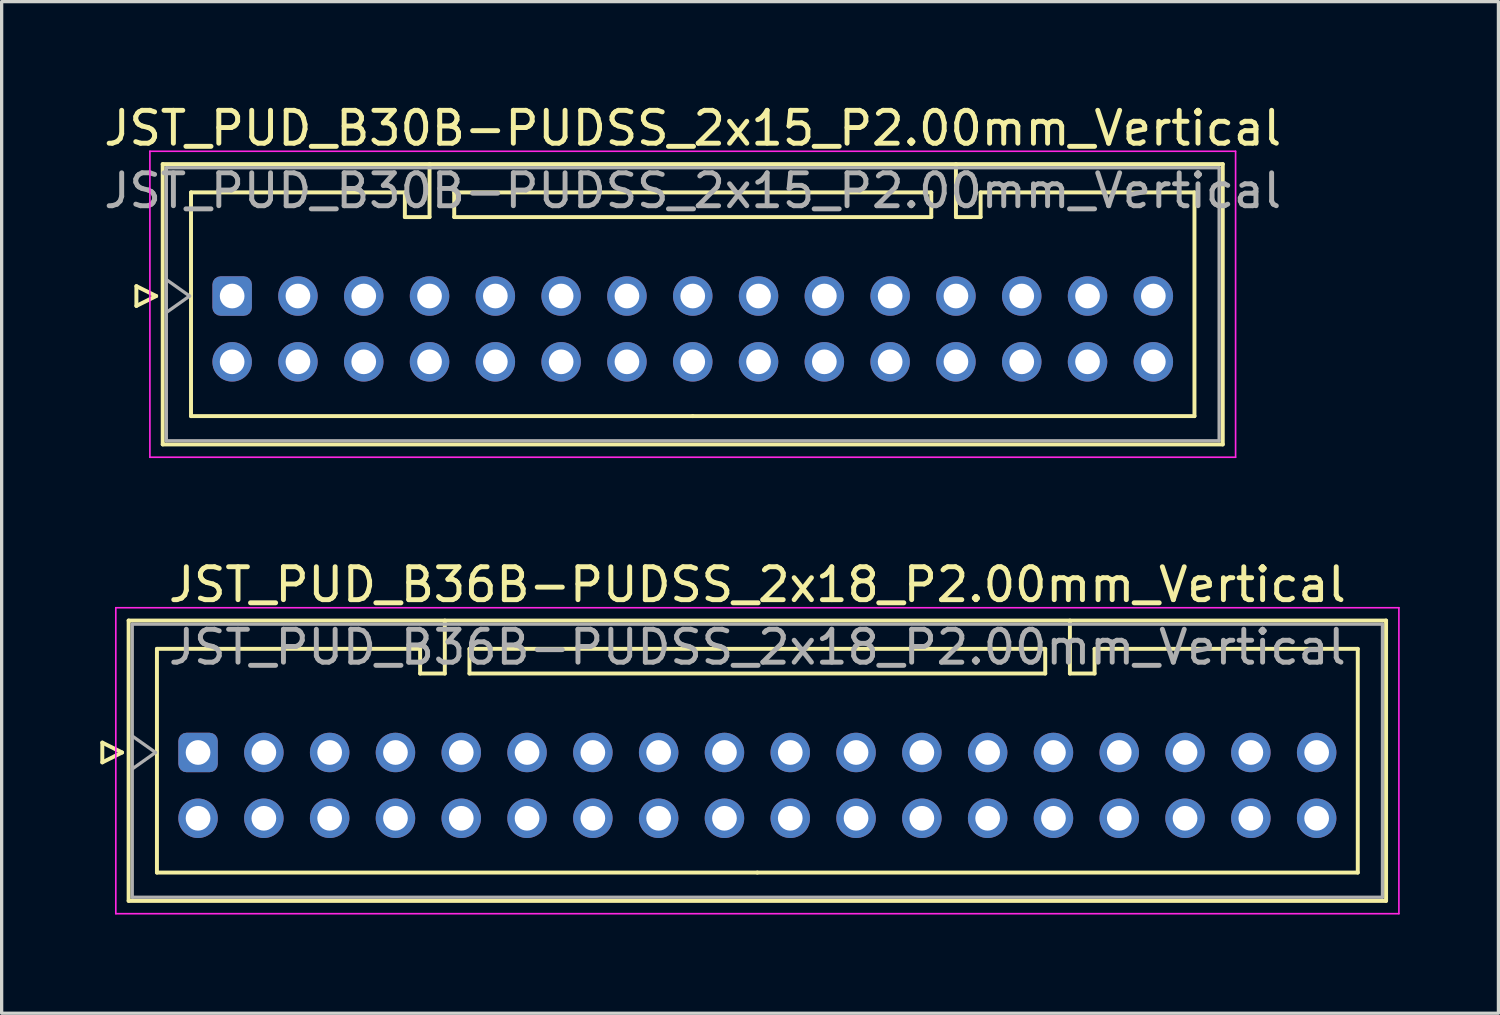
<source format=kicad_pcb>
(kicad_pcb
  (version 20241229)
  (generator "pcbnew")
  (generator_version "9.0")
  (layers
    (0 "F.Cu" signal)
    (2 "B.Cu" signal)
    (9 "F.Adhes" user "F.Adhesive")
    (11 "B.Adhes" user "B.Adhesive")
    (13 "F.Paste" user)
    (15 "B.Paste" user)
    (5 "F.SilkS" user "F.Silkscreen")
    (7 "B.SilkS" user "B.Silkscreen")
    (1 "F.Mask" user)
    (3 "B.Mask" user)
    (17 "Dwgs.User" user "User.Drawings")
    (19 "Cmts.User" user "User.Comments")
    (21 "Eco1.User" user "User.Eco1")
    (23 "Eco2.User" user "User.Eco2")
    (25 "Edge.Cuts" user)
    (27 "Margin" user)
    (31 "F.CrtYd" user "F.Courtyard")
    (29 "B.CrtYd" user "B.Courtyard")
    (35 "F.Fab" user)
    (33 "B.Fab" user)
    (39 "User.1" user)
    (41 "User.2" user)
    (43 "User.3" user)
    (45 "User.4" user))
  (footprint "JST_PUD_B30B-PUDSS_2x15_P2.00mm_Vertical"
    (layer "F.Cu")
    (at 4.006 5.948)
    (property "Reference" "JST_PUD_B30B-PUDSS_2x15_P2.00mm_Vertical" (at 14 -5.1 0) (layer "F.SilkS") (effects (font (size 1 1) (thickness 0.15))))
    (attr through_hole)
    (fp_line (start -2.91 -0.3) (end -2.31 0) (stroke (width 0.12) (type solid)) (layer "F.SilkS"))
    (fp_line (start -2.91 0.3) (end -2.91 -0.3) (stroke (width 0.12) (type solid)) (layer "F.SilkS"))
    (fp_line (start -2.31 0) (end -2.91 0.3) (stroke (width 0.12) (type solid)) (layer "F.SilkS"))
    (fp_line (start -2.11 -4.01) (end -2.11 4.51) (stroke (width 0.12) (type solid)) (layer "F.SilkS"))
    (fp_line (start -2.11 4.51) (end 30.11 4.51) (stroke (width 0.12) (type solid)) (layer "F.SilkS"))
    (fp_line (start -1.25 -3.15) (end -1.25 3.65) (stroke (width 0.12) (type solid)) (layer "F.SilkS"))
    (fp_line (start -1.25 3.65) (end 14 3.65) (stroke (width 0.12) (type solid)) (layer "F.SilkS"))
    (fp_line (start 5.25 -3.15) (end -1.25 -3.15) (stroke (width 0.12) (type solid)) (layer "F.SilkS"))
    (fp_line (start 5.25 -2.4) (end 5.25 -3.15) (stroke (width 0.12) (type solid)) (layer "F.SilkS"))
    (fp_line (start 6 -4.01) (end 6 -2.4) (stroke (width 0.12) (type solid)) (layer "F.SilkS"))
    (fp_line (start 6 -2.4) (end 5.25 -2.4) (stroke (width 0.12) (type solid)) (layer "F.SilkS"))
    (fp_line (start 6.75 -3.15) (end 6.75 -2.4) (stroke (width 0.12) (type solid)) (layer "F.SilkS"))
    (fp_line (start 6.75 -2.4) (end 21.25 -2.4) (stroke (width 0.12) (type solid)) (layer "F.SilkS"))
    (fp_line (start 21.25 -3.15) (end 6.75 -3.15) (stroke (width 0.12) (type solid)) (layer "F.SilkS"))
    (fp_line (start 21.25 -2.4) (end 21.25 -3.15) (stroke (width 0.12) (type solid)) (layer "F.SilkS"))
    (fp_line (start 22 -4.01) (end 22 -2.4) (stroke (width 0.12) (type solid)) (layer "F.SilkS"))
    (fp_line (start 22 -2.4) (end 22.75 -2.4) (stroke (width 0.12) (type solid)) (layer "F.SilkS"))
    (fp_line (start 22.75 -3.15) (end 29.25 -3.15) (stroke (width 0.12) (type solid)) (layer "F.SilkS"))
    (fp_line (start 22.75 -2.4) (end 22.75 -3.15) (stroke (width 0.12) (type solid)) (layer "F.SilkS"))
    (fp_line (start 29.25 -3.15) (end 29.25 3.65) (stroke (width 0.12) (type solid)) (layer "F.SilkS"))
    (fp_line (start 29.25 3.65) (end 14 3.65) (stroke (width 0.12) (type solid)) (layer "F.SilkS"))
    (fp_line (start 30.11 -4.01) (end -2.11 -4.01) (stroke (width 0.12) (type solid)) (layer "F.SilkS"))
    (fp_line (start 30.11 4.51) (end 30.11 -4.01) (stroke (width 0.12) (type solid)) (layer "F.SilkS"))
    (fp_line (start -2.5 -4.4) (end -2.5 4.9) (stroke (width 0.05) (type solid)) (layer "F.CrtYd"))
    (fp_line (start -2.5 4.9) (end 30.5 4.9) (stroke (width 0.05) (type solid)) (layer "F.CrtYd"))
    (fp_line (start 30.5 -4.4) (end -2.5 -4.4) (stroke (width 0.05) (type solid)) (layer "F.CrtYd"))
    (fp_line (start 30.5 4.9) (end 30.5 -4.4) (stroke (width 0.05) (type solid)) (layer "F.CrtYd"))
    (fp_line (start -2 -3.9) (end -2 4.4) (stroke (width 0.1) (type solid)) (layer "F.Fab"))
    (fp_line (start -2 0.5) (end -1.293 0) (stroke (width 0.1) (type solid)) (layer "F.Fab"))
    (fp_line (start -2 4.4) (end 30 4.4) (stroke (width 0.1) (type solid)) (layer "F.Fab"))
    (fp_line (start -1.293 0) (end -2 -0.5) (stroke (width 0.1) (type solid)) (layer "F.Fab"))
    (fp_line (start 30 -3.9) (end -2 -3.9) (stroke (width 0.1) (type solid)) (layer "F.Fab"))
    (fp_line (start 30 4.4) (end 30 -3.9) (stroke (width 0.1) (type solid)) (layer "F.Fab"))
    (fp_text user "${REFERENCE}" (at 14 -3.2 0) (layer "F.Fab") (effects (font (size 1 1) (thickness 0.15))))
    (pad "1" thru_hole roundrect (at 0 0) (size 1.2 1.2) (drill 0.75) (layers "*.Cu" "*.Mask") (roundrect_rratio 0.208))
    (pad "2" thru_hole circle (at 0 2) (size 1.2 1.2) (drill 0.75) (layers "*.Cu" "*.Mask"))
    (pad "3" thru_hole circle (at 2 0) (size 1.2 1.2) (drill 0.75) (layers "*.Cu" "*.Mask"))
    (pad "4" thru_hole circle (at 2 2) (size 1.2 1.2) (drill 0.75) (layers "*.Cu" "*.Mask"))
    (pad "5" thru_hole circle (at 4 0) (size 1.2 1.2) (drill 0.75) (layers "*.Cu" "*.Mask"))
    (pad "6" thru_hole circle (at 4 2) (size 1.2 1.2) (drill 0.75) (layers "*.Cu" "*.Mask"))
    (pad "7" thru_hole circle (at 6 0) (size 1.2 1.2) (drill 0.75) (layers "*.Cu" "*.Mask"))
    (pad "8" thru_hole circle (at 6 2) (size 1.2 1.2) (drill 0.75) (layers "*.Cu" "*.Mask"))
    (pad "9" thru_hole circle (at 8 0) (size 1.2 1.2) (drill 0.75) (layers "*.Cu" "*.Mask"))
    (pad "10" thru_hole circle (at 8 2) (size 1.2 1.2) (drill 0.75) (layers "*.Cu" "*.Mask"))
    (pad "11" thru_hole circle (at 10 0) (size 1.2 1.2) (drill 0.75) (layers "*.Cu" "*.Mask"))
    (pad "12" thru_hole circle (at 10 2) (size 1.2 1.2) (drill 0.75) (layers "*.Cu" "*.Mask"))
    (pad "13" thru_hole circle (at 12 0) (size 1.2 1.2) (drill 0.75) (layers "*.Cu" "*.Mask"))
    (pad "14" thru_hole circle (at 12 2) (size 1.2 1.2) (drill 0.75) (layers "*.Cu" "*.Mask"))
    (pad "15" thru_hole circle (at 14 0) (size 1.2 1.2) (drill 0.75) (layers "*.Cu" "*.Mask"))
    (pad "16" thru_hole circle (at 14 2) (size 1.2 1.2) (drill 0.75) (layers "*.Cu" "*.Mask"))
    (pad "17" thru_hole circle (at 16 0) (size 1.2 1.2) (drill 0.75) (layers "*.Cu" "*.Mask"))
    (pad "18" thru_hole circle (at 16 2) (size 1.2 1.2) (drill 0.75) (layers "*.Cu" "*.Mask"))
    (pad "19" thru_hole circle (at 18 0) (size 1.2 1.2) (drill 0.75) (layers "*.Cu" "*.Mask"))
    (pad "20" thru_hole circle (at 18 2) (size 1.2 1.2) (drill 0.75) (layers "*.Cu" "*.Mask"))
    (pad "21" thru_hole circle (at 20 0) (size 1.2 1.2) (drill 0.75) (layers "*.Cu" "*.Mask"))
    (pad "22" thru_hole circle (at 20 2) (size 1.2 1.2) (drill 0.75) (layers "*.Cu" "*.Mask"))
    (pad "23" thru_hole circle (at 22 0) (size 1.2 1.2) (drill 0.75) (layers "*.Cu" "*.Mask"))
    (pad "24" thru_hole circle (at 22 2) (size 1.2 1.2) (drill 0.75) (layers "*.Cu" "*.Mask"))
    (pad "25" thru_hole circle (at 24 0) (size 1.2 1.2) (drill 0.75) (layers "*.Cu" "*.Mask"))
    (pad "26" thru_hole circle (at 24 2) (size 1.2 1.2) (drill 0.75) (layers "*.Cu" "*.Mask"))
    (pad "27" thru_hole circle (at 26 0) (size 1.2 1.2) (drill 0.75) (layers "*.Cu" "*.Mask"))
    (pad "28" thru_hole circle (at 26 2) (size 1.2 1.2) (drill 0.75) (layers "*.Cu" "*.Mask"))
    (pad "29" thru_hole circle (at 28 0) (size 1.2 1.2) (drill 0.75) (layers "*.Cu" "*.Mask"))
    (pad "30" thru_hole circle (at 28 2) (size 1.2 1.2) (drill 0.75) (layers "*.Cu" "*.Mask")))
  (footprint "JST_PUD_B36B-PUDSS_2x18_P2.00mm_Vertical"
    (layer "F.Cu")
    (at 2.97 19.822)
    (property "Reference" "JST_PUD_B36B-PUDSS_2x18_P2.00mm_Vertical" (at 17 -5.1 0) (layer "F.SilkS") (effects (font (size 1 1) (thickness 0.15))))
    (attr through_hole)
    (fp_line (start -2.91 -0.3) (end -2.31 0) (stroke (width 0.12) (type solid)) (layer "F.SilkS"))
    (fp_line (start -2.91 0.3) (end -2.91 -0.3) (stroke (width 0.12) (type solid)) (layer "F.SilkS"))
    (fp_line (start -2.31 0) (end -2.91 0.3) (stroke (width 0.12) (type solid)) (layer "F.SilkS"))
    (fp_line (start -2.11 -4.01) (end -2.11 4.51) (stroke (width 0.12) (type solid)) (layer "F.SilkS"))
    (fp_line (start -2.11 4.51) (end 36.11 4.51) (stroke (width 0.12) (type solid)) (layer "F.SilkS"))
    (fp_line (start -1.25 -3.15) (end -1.25 3.65) (stroke (width 0.12) (type solid)) (layer "F.SilkS"))
    (fp_line (start -1.25 3.65) (end 17 3.65) (stroke (width 0.12) (type solid)) (layer "F.SilkS"))
    (fp_line (start 6.75 -3.15) (end -1.25 -3.15) (stroke (width 0.12) (type solid)) (layer "F.SilkS"))
    (fp_line (start 6.75 -2.4) (end 6.75 -3.15) (stroke (width 0.12) (type solid)) (layer "F.SilkS"))
    (fp_line (start 7.5 -4.01) (end 7.5 -2.4) (stroke (width 0.12) (type solid)) (layer "F.SilkS"))
    (fp_line (start 7.5 -2.4) (end 6.75 -2.4) (stroke (width 0.12) (type solid)) (layer "F.SilkS"))
    (fp_line (start 8.25 -3.15) (end 8.25 -2.4) (stroke (width 0.12) (type solid)) (layer "F.SilkS"))
    (fp_line (start 8.25 -2.4) (end 25.75 -2.4) (stroke (width 0.12) (type solid)) (layer "F.SilkS"))
    (fp_line (start 25.75 -3.15) (end 8.25 -3.15) (stroke (width 0.12) (type solid)) (layer "F.SilkS"))
    (fp_line (start 25.75 -2.4) (end 25.75 -3.15) (stroke (width 0.12) (type solid)) (layer "F.SilkS"))
    (fp_line (start 26.5 -4.01) (end 26.5 -2.4) (stroke (width 0.12) (type solid)) (layer "F.SilkS"))
    (fp_line (start 26.5 -2.4) (end 27.25 -2.4) (stroke (width 0.12) (type solid)) (layer "F.SilkS"))
    (fp_line (start 27.25 -3.15) (end 35.25 -3.15) (stroke (width 0.12) (type solid)) (layer "F.SilkS"))
    (fp_line (start 27.25 -2.4) (end 27.25 -3.15) (stroke (width 0.12) (type solid)) (layer "F.SilkS"))
    (fp_line (start 35.25 -3.15) (end 35.25 3.65) (stroke (width 0.12) (type solid)) (layer "F.SilkS"))
    (fp_line (start 35.25 3.65) (end 17 3.65) (stroke (width 0.12) (type solid)) (layer "F.SilkS"))
    (fp_line (start 36.11 -4.01) (end -2.11 -4.01) (stroke (width 0.12) (type solid)) (layer "F.SilkS"))
    (fp_line (start 36.11 4.51) (end 36.11 -4.01) (stroke (width 0.12) (type solid)) (layer "F.SilkS"))
    (fp_line (start -2.5 -4.4) (end -2.5 4.9) (stroke (width 0.05) (type solid)) (layer "F.CrtYd"))
    (fp_line (start -2.5 4.9) (end 36.5 4.9) (stroke (width 0.05) (type solid)) (layer "F.CrtYd"))
    (fp_line (start 36.5 -4.4) (end -2.5 -4.4) (stroke (width 0.05) (type solid)) (layer "F.CrtYd"))
    (fp_line (start 36.5 4.9) (end 36.5 -4.4) (stroke (width 0.05) (type solid)) (layer "F.CrtYd"))
    (fp_line (start -2 -3.9) (end -2 4.4) (stroke (width 0.1) (type solid)) (layer "F.Fab"))
    (fp_line (start -2 0.5) (end -1.293 0) (stroke (width 0.1) (type solid)) (layer "F.Fab"))
    (fp_line (start -2 4.4) (end 36 4.4) (stroke (width 0.1) (type solid)) (layer "F.Fab"))
    (fp_line (start -1.293 0) (end -2 -0.5) (stroke (width 0.1) (type solid)) (layer "F.Fab"))
    (fp_line (start 36 -3.9) (end -2 -3.9) (stroke (width 0.1) (type solid)) (layer "F.Fab"))
    (fp_line (start 36 4.4) (end 36 -3.9) (stroke (width 0.1) (type solid)) (layer "F.Fab"))
    (fp_text user "${REFERENCE}" (at 17 -3.2 0) (layer "F.Fab") (effects (font (size 1 1) (thickness 0.15))))
    (pad "1" thru_hole roundrect (at 0 0) (size 1.2 1.2) (drill 0.75) (layers "*.Cu" "*.Mask") (roundrect_rratio 0.208))
    (pad "2" thru_hole circle (at 0 2) (size 1.2 1.2) (drill 0.75) (layers "*.Cu" "*.Mask"))
    (pad "3" thru_hole circle (at 2 0) (size 1.2 1.2) (drill 0.75) (layers "*.Cu" "*.Mask"))
    (pad "4" thru_hole circle (at 2 2) (size 1.2 1.2) (drill 0.75) (layers "*.Cu" "*.Mask"))
    (pad "5" thru_hole circle (at 4 0) (size 1.2 1.2) (drill 0.75) (layers "*.Cu" "*.Mask"))
    (pad "6" thru_hole circle (at 4 2) (size 1.2 1.2) (drill 0.75) (layers "*.Cu" "*.Mask"))
    (pad "7" thru_hole circle (at 6 0) (size 1.2 1.2) (drill 0.75) (layers "*.Cu" "*.Mask"))
    (pad "8" thru_hole circle (at 6 2) (size 1.2 1.2) (drill 0.75) (layers "*.Cu" "*.Mask"))
    (pad "9" thru_hole circle (at 8 0) (size 1.2 1.2) (drill 0.75) (layers "*.Cu" "*.Mask"))
    (pad "10" thru_hole circle (at 8 2) (size 1.2 1.2) (drill 0.75) (layers "*.Cu" "*.Mask"))
    (pad "11" thru_hole circle (at 10 0) (size 1.2 1.2) (drill 0.75) (layers "*.Cu" "*.Mask"))
    (pad "12" thru_hole circle (at 10 2) (size 1.2 1.2) (drill 0.75) (layers "*.Cu" "*.Mask"))
    (pad "13" thru_hole circle (at 12 0) (size 1.2 1.2) (drill 0.75) (layers "*.Cu" "*.Mask"))
    (pad "14" thru_hole circle (at 12 2) (size 1.2 1.2) (drill 0.75) (layers "*.Cu" "*.Mask"))
    (pad "15" thru_hole circle (at 14 0) (size 1.2 1.2) (drill 0.75) (layers "*.Cu" "*.Mask"))
    (pad "16" thru_hole circle (at 14 2) (size 1.2 1.2) (drill 0.75) (layers "*.Cu" "*.Mask"))
    (pad "17" thru_hole circle (at 16 0) (size 1.2 1.2) (drill 0.75) (layers "*.Cu" "*.Mask"))
    (pad "18" thru_hole circle (at 16 2) (size 1.2 1.2) (drill 0.75) (layers "*.Cu" "*.Mask"))
    (pad "19" thru_hole circle (at 18 0) (size 1.2 1.2) (drill 0.75) (layers "*.Cu" "*.Mask"))
    (pad "20" thru_hole circle (at 18 2) (size 1.2 1.2) (drill 0.75) (layers "*.Cu" "*.Mask"))
    (pad "21" thru_hole circle (at 20 0) (size 1.2 1.2) (drill 0.75) (layers "*.Cu" "*.Mask"))
    (pad "22" thru_hole circle (at 20 2) (size 1.2 1.2) (drill 0.75) (layers "*.Cu" "*.Mask"))
    (pad "23" thru_hole circle (at 22 0) (size 1.2 1.2) (drill 0.75) (layers "*.Cu" "*.Mask"))
    (pad "24" thru_hole circle (at 22 2) (size 1.2 1.2) (drill 0.75) (layers "*.Cu" "*.Mask"))
    (pad "25" thru_hole circle (at 24 0) (size 1.2 1.2) (drill 0.75) (layers "*.Cu" "*.Mask"))
    (pad "26" thru_hole circle (at 24 2) (size 1.2 1.2) (drill 0.75) (layers "*.Cu" "*.Mask"))
    (pad "27" thru_hole circle (at 26 0) (size 1.2 1.2) (drill 0.75) (layers "*.Cu" "*.Mask"))
    (pad "28" thru_hole circle (at 26 2) (size 1.2 1.2) (drill 0.75) (layers "*.Cu" "*.Mask"))
    (pad "29" thru_hole circle (at 28 0) (size 1.2 1.2) (drill 0.75) (layers "*.Cu" "*.Mask"))
    (pad "30" thru_hole circle (at 28 2) (size 1.2 1.2) (drill 0.75) (layers "*.Cu" "*.Mask"))
    (pad "31" thru_hole circle (at 30 0) (size 1.2 1.2) (drill 0.75) (layers "*.Cu" "*.Mask"))
    (pad "32" thru_hole circle (at 30 2) (size 1.2 1.2) (drill 0.75) (layers "*.Cu" "*.Mask"))
    (pad "33" thru_hole circle (at 32 0) (size 1.2 1.2) (drill 0.75) (layers "*.Cu" "*.Mask"))
    (pad "34" thru_hole circle (at 32 2) (size 1.2 1.2) (drill 0.75) (layers "*.Cu" "*.Mask"))
    (pad "35" thru_hole circle (at 34 0) (size 1.2 1.2) (drill 0.75) (layers "*.Cu" "*.Mask"))
    (pad "36" thru_hole circle (at 34 2) (size 1.2 1.2) (drill 0.75) (layers "*.Cu" "*.Mask")))
  (gr_rect
    (start -3 -3)
    (end 42.495 27.747)
    (stroke (width 0.1) (type default))
    (fill no)
    (layer "Edge.Cuts")))
</source>
